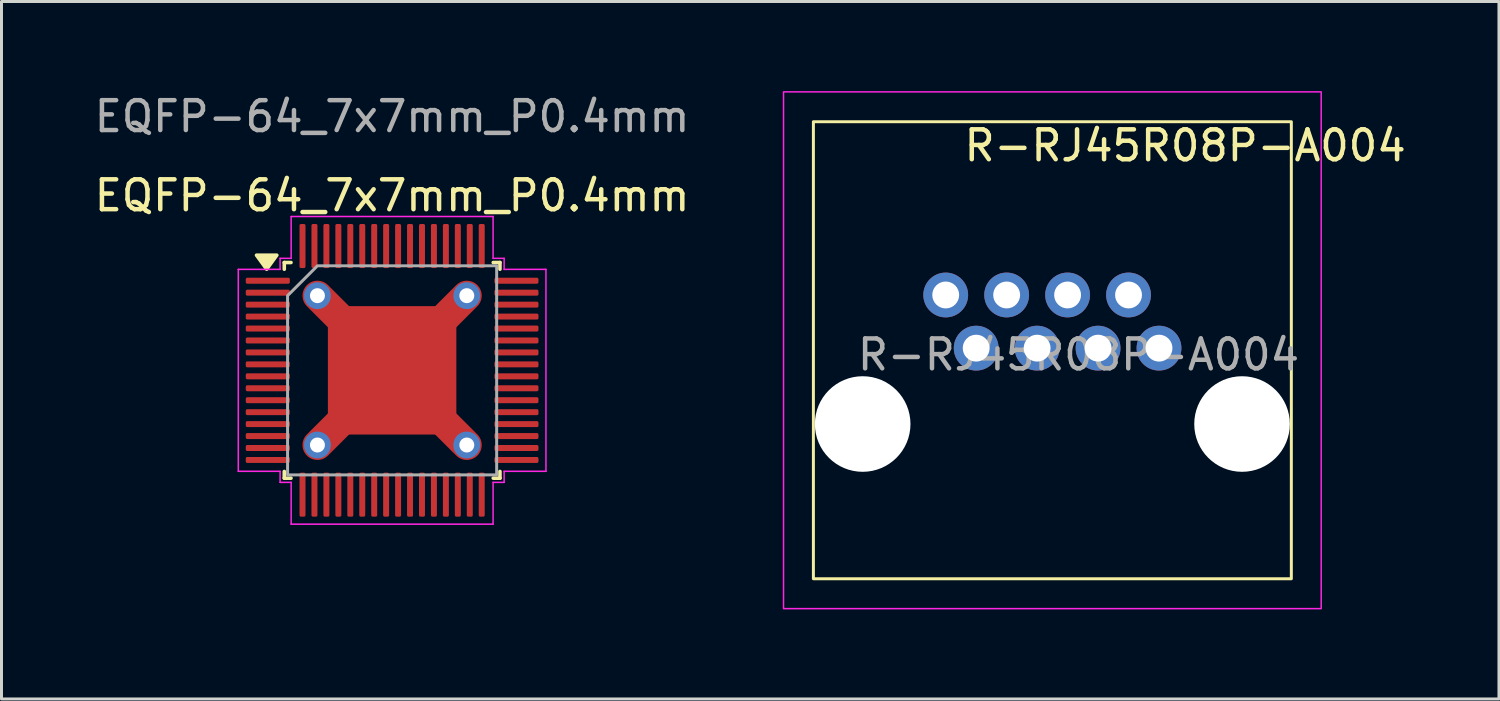
<source format=kicad_pcb>
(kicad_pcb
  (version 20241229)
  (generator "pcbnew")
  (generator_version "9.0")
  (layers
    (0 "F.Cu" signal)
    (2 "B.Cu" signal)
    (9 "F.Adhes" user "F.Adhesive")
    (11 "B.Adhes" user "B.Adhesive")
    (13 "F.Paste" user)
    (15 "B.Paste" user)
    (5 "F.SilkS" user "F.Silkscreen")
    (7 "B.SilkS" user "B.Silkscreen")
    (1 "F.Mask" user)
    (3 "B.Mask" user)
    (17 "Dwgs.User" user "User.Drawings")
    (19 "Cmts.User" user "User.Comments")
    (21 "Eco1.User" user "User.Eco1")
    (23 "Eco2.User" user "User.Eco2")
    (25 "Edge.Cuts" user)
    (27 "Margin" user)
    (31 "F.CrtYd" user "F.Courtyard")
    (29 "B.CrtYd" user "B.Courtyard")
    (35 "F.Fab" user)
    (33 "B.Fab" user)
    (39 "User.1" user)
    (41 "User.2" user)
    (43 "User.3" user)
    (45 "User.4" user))
  (footprint "R-RJ45R08P-A004"
    (layer "F.Cu")
    (at 32.18 6.825)
    (property "Reference" "R-RJ45R08P-A004" (at 4.445 -5 0) (layer "F.SilkS") (effects (font (size 1 1) (thickness 0.15))))
    (attr through_hole)
    (fp_rect (start -8 -5.8) (end 8 9.5) (stroke (width 0.1) (type solid)) (fill no) (layer "F.SilkS"))
    (fp_rect (start -9 -6.8) (end 9 10.5) (stroke (width 0.05) (type default)) (fill no) (layer "F.CrtYd"))
    (fp_text user "${REFERENCE}" (at 0.875 2 0) (layer "F.Fab") (effects (font (size 1 1) (thickness 0.15))))
    (pad "" np_thru_hole circle (at -6.35 4.32) (size 3.2 3.2) (drill 3.2) (layers "*.Cu" "*.Mask"))
    (pad "" np_thru_hole circle (at 6.35 4.32) (size 3.2 3.2) (drill 3.2) (layers "*.Cu" "*.Mask"))
    (pad "1" thru_hole circle (at 3.57 1.78) (size 1.5 1.5) (drill 0.9) (layers "*.Cu" "*.Mask"))
    (pad "2" thru_hole circle (at 2.55 0) (size 1.5 1.5) (drill 0.9) (layers "*.Cu" "*.Mask"))
    (pad "3" thru_hole circle (at 1.53 1.78) (size 1.5 1.5) (drill 0.9) (layers "*.Cu" "*.Mask"))
    (pad "4" thru_hole circle (at 0.51 0) (size 1.5 1.5) (drill 0.9) (layers "*.Cu" "*.Mask"))
    (pad "5" thru_hole circle (at -0.51 1.78) (size 1.5 1.5) (drill 0.9) (layers "*.Cu" "*.Mask"))
    (pad "6" thru_hole circle (at -1.53 0) (size 1.5 1.5) (drill 0.9) (layers "*.Cu" "*.Mask"))
    (pad "7" thru_hole circle (at -2.55 1.78) (size 1.5 1.5) (drill 0.9) (layers "*.Cu" "*.Mask"))
    (pad "8" thru_hole circle (at -3.57 0) (size 1.5 1.5) (drill 0.9) (layers "*.Cu" "*.Mask")))
  (footprint "EQFP-64_7x7mm_P0.4mm"
    (layer "F.Cu")
    (at 10.077 9.348)
    (property "Reference" "EQFP-64_7x7mm_P0.4mm" (at 0 -5.85 0) (layer "F.SilkS") (effects (font (size 1 1) (thickness 0.15))))
    (attr smd)
    (fp_line (start -2.5 -2.5) (end -1.7 -1.7) (stroke (width 1) (type solid)) (layer "F.Cu"))
    (fp_line (start -2.5 2.5) (end -1.7 1.7) (stroke (width 1) (type solid)) (layer "F.Cu"))
    (fp_line (start 1.7 1.7) (end 2.5 2.5) (stroke (width 1) (type solid)) (layer "F.Cu"))
    (fp_line (start 2.5 -2.5) (end 1.7 -1.7) (stroke (width 1) (type solid)) (layer "F.Cu"))
    (fp_line (start -3.61 -3.61) (end -3.61 -3.385) (stroke (width 0.12) (type solid)) (layer "F.SilkS"))
    (fp_line (start -3.61 3.61) (end -3.61 3.385) (stroke (width 0.12) (type solid)) (layer "F.SilkS"))
    (fp_line (start -3.385 -3.61) (end -3.61 -3.61) (stroke (width 0.12) (type solid)) (layer "F.SilkS"))
    (fp_line (start -3.385 3.61) (end -3.61 3.61) (stroke (width 0.12) (type solid)) (layer "F.SilkS"))
    (fp_line (start 3.385 -3.61) (end 3.61 -3.61) (stroke (width 0.12) (type solid)) (layer "F.SilkS"))
    (fp_line (start 3.385 3.61) (end 3.61 3.61) (stroke (width 0.12) (type solid)) (layer "F.SilkS"))
    (fp_line (start 3.61 -3.61) (end 3.61 -3.385) (stroke (width 0.12) (type solid)) (layer "F.SilkS"))
    (fp_line (start 3.61 3.61) (end 3.61 3.385) (stroke (width 0.12) (type solid)) (layer "F.SilkS"))
    (fp_poly (pts (xy -4.2 -3.385) (xy -4.54 -3.855) (xy -3.86 -3.855)) (stroke (width 0.12) (type solid)) (fill yes) (layer "F.SilkS"))
    (fp_line (start -5.15 -3.38) (end -3.75 -3.38) (stroke (width 0.05) (type solid)) (layer "F.CrtYd"))
    (fp_line (start -5.15 3.38) (end -5.15 -3.38) (stroke (width 0.05) (type solid)) (layer "F.CrtYd"))
    (fp_line (start -3.75 -3.75) (end -3.38 -3.75) (stroke (width 0.05) (type solid)) (layer "F.CrtYd"))
    (fp_line (start -3.75 -3.38) (end -3.75 -3.75) (stroke (width 0.05) (type solid)) (layer "F.CrtYd"))
    (fp_line (start -3.75 3.38) (end -5.15 3.38) (stroke (width 0.05) (type solid)) (layer "F.CrtYd"))
    (fp_line (start -3.75 3.75) (end -3.75 3.38) (stroke (width 0.05) (type solid)) (layer "F.CrtYd"))
    (fp_line (start -3.38 -5.15) (end 3.38 -5.15) (stroke (width 0.05) (type solid)) (layer "F.CrtYd"))
    (fp_line (start -3.38 -3.75) (end -3.38 -5.15) (stroke (width 0.05) (type solid)) (layer "F.CrtYd"))
    (fp_line (start -3.38 3.75) (end -3.75 3.75) (stroke (width 0.05) (type solid)) (layer "F.CrtYd"))
    (fp_line (start -3.38 5.15) (end -3.38 3.75) (stroke (width 0.05) (type solid)) (layer "F.CrtYd"))
    (fp_line (start 3.38 -5.15) (end 3.38 -3.75) (stroke (width 0.05) (type solid)) (layer "F.CrtYd"))
    (fp_line (start 3.38 -3.75) (end 3.75 -3.75) (stroke (width 0.05) (type solid)) (layer "F.CrtYd"))
    (fp_line (start 3.38 3.75) (end 3.38 5.15) (stroke (width 0.05) (type solid)) (layer "F.CrtYd"))
    (fp_line (start 3.38 5.15) (end -3.38 5.15) (stroke (width 0.05) (type solid)) (layer "F.CrtYd"))
    (fp_line (start 3.75 -3.75) (end 3.75 -3.38) (stroke (width 0.05) (type solid)) (layer "F.CrtYd"))
    (fp_line (start 3.75 -3.38) (end 5.15 -3.38) (stroke (width 0.05) (type solid)) (layer "F.CrtYd"))
    (fp_line (start 3.75 3.38) (end 3.75 3.75) (stroke (width 0.05) (type solid)) (layer "F.CrtYd"))
    (fp_line (start 3.75 3.75) (end 3.38 3.75) (stroke (width 0.05) (type solid)) (layer "F.CrtYd"))
    (fp_line (start 5.15 -3.38) (end 5.15 3.38) (stroke (width 0.05) (type solid)) (layer "F.CrtYd"))
    (fp_line (start 5.15 3.38) (end 3.75 3.38) (stroke (width 0.05) (type solid)) (layer "F.CrtYd"))
    (fp_poly (pts (xy -3.5 -2.5) (xy -3.5 3.5) (xy 3.5 3.5) (xy 3.5 -3.5) (xy -2.5 -3.5)) (stroke (width 0.1) (type solid)) (fill no) (layer "F.Fab"))
    (fp_text user "${REFERENCE}" (at 0 -8.5 0) (layer "F.Fab") (effects (font (size 1 1) (thickness 0.15))))
    (pad "" smd roundrect (at -1.1 -1.1) (size 1.7 1.7) (layers "F.Paste") (roundrect_rratio 0.15))
    (pad "" smd roundrect (at -1.1 1.1) (size 1.7 1.7) (layers "F.Paste") (roundrect_rratio 0.15))
    (pad "" smd roundrect (at 1.1 -1.1) (size 1.7 1.7) (layers "F.Paste") (roundrect_rratio 0.15))
    (pad "" smd roundrect (at 1.1 1.1) (size 1.7 1.7) (layers "F.Paste") (roundrect_rratio 0.15))
    (pad "1" smd roundrect (at -4.162 -3) (size 1.475 0.2) (layers "F.Cu" "F.Mask" "F.Paste") (roundrect_rratio 0.25))
    (pad "2" smd roundrect (at -4.162 -2.6) (size 1.475 0.2) (layers "F.Cu" "F.Mask" "F.Paste") (roundrect_rratio 0.25))
    (pad "3" smd roundrect (at -4.162 -2.2) (size 1.475 0.2) (layers "F.Cu" "F.Mask" "F.Paste") (roundrect_rratio 0.25))
    (pad "4" smd roundrect (at -4.162 -1.8) (size 1.475 0.2) (layers "F.Cu" "F.Mask" "F.Paste") (roundrect_rratio 0.25))
    (pad "5" smd roundrect (at -4.162 -1.4) (size 1.475 0.2) (layers "F.Cu" "F.Mask" "F.Paste") (roundrect_rratio 0.25))
    (pad "6" smd roundrect (at -4.162 -1) (size 1.475 0.2) (layers "F.Cu" "F.Mask" "F.Paste") (roundrect_rratio 0.25))
    (pad "7" smd roundrect (at -4.162 -0.6) (size 1.475 0.2) (layers "F.Cu" "F.Mask" "F.Paste") (roundrect_rratio 0.25))
    (pad "8" smd roundrect (at -4.162 -0.2) (size 1.475 0.2) (layers "F.Cu" "F.Mask" "F.Paste") (roundrect_rratio 0.25))
    (pad "9" smd roundrect (at -4.162 0.2) (size 1.475 0.2) (layers "F.Cu" "F.Mask" "F.Paste") (roundrect_rratio 0.25))
    (pad "10" smd roundrect (at -4.162 0.6) (size 1.475 0.2) (layers "F.Cu" "F.Mask" "F.Paste") (roundrect_rratio 0.25))
    (pad "11" smd roundrect (at -4.162 1) (size 1.475 0.2) (layers "F.Cu" "F.Mask" "F.Paste") (roundrect_rratio 0.25))
    (pad "12" smd roundrect (at -4.162 1.4) (size 1.475 0.2) (layers "F.Cu" "F.Mask" "F.Paste") (roundrect_rratio 0.25))
    (pad "13" smd roundrect (at -4.162 1.8) (size 1.475 0.2) (layers "F.Cu" "F.Mask" "F.Paste") (roundrect_rratio 0.25))
    (pad "14" smd roundrect (at -4.162 2.2) (size 1.475 0.2) (layers "F.Cu" "F.Mask" "F.Paste") (roundrect_rratio 0.25))
    (pad "15" smd roundrect (at -4.162 2.6) (size 1.475 0.2) (layers "F.Cu" "F.Mask" "F.Paste") (roundrect_rratio 0.25))
    (pad "16" smd roundrect (at -4.162 3) (size 1.475 0.2) (layers "F.Cu" "F.Mask" "F.Paste") (roundrect_rratio 0.25))
    (pad "17" smd roundrect (at -3 4.162) (size 0.2 1.475) (layers "F.Cu" "F.Mask" "F.Paste") (roundrect_rratio 0.25))
    (pad "18" smd roundrect (at -2.6 4.162) (size 0.2 1.475) (layers "F.Cu" "F.Mask" "F.Paste") (roundrect_rratio 0.25))
    (pad "19" smd roundrect (at -2.2 4.162) (size 0.2 1.475) (layers "F.Cu" "F.Mask" "F.Paste") (roundrect_rratio 0.25))
    (pad "20" smd roundrect (at -1.8 4.162) (size 0.2 1.475) (layers "F.Cu" "F.Mask" "F.Paste") (roundrect_rratio 0.25))
    (pad "21" smd roundrect (at -1.4 4.162) (size 0.2 1.475) (layers "F.Cu" "F.Mask" "F.Paste") (roundrect_rratio 0.25))
    (pad "22" smd roundrect (at -1 4.162) (size 0.2 1.475) (layers "F.Cu" "F.Mask" "F.Paste") (roundrect_rratio 0.25))
    (pad "23" smd roundrect (at -0.6 4.162) (size 0.2 1.475) (layers "F.Cu" "F.Mask" "F.Paste") (roundrect_rratio 0.25))
    (pad "24" smd roundrect (at -0.2 4.162) (size 0.2 1.475) (layers "F.Cu" "F.Mask" "F.Paste") (roundrect_rratio 0.25))
    (pad "25" smd roundrect (at 0.2 4.162) (size 0.2 1.475) (layers "F.Cu" "F.Mask" "F.Paste") (roundrect_rratio 0.25))
    (pad "26" smd roundrect (at 0.6 4.162) (size 0.2 1.475) (layers "F.Cu" "F.Mask" "F.Paste") (roundrect_rratio 0.25))
    (pad "27" smd roundrect (at 1 4.162) (size 0.2 1.475) (layers "F.Cu" "F.Mask" "F.Paste") (roundrect_rratio 0.25))
    (pad "28" smd roundrect (at 1.4 4.162) (size 0.2 1.475) (layers "F.Cu" "F.Mask" "F.Paste") (roundrect_rratio 0.25))
    (pad "29" smd roundrect (at 1.8 4.162) (size 0.2 1.475) (layers "F.Cu" "F.Mask" "F.Paste") (roundrect_rratio 0.25))
    (pad "30" smd roundrect (at 2.2 4.162) (size 0.2 1.475) (layers "F.Cu" "F.Mask" "F.Paste") (roundrect_rratio 0.25))
    (pad "31" smd roundrect (at 2.6 4.162) (size 0.2 1.475) (layers "F.Cu" "F.Mask" "F.Paste") (roundrect_rratio 0.25))
    (pad "32" smd roundrect (at 3 4.162) (size 0.2 1.475) (layers "F.Cu" "F.Mask" "F.Paste") (roundrect_rratio 0.25))
    (pad "33" smd roundrect (at 4.162 3) (size 1.475 0.2) (layers "F.Cu" "F.Mask" "F.Paste") (roundrect_rratio 0.25))
    (pad "34" smd roundrect (at 4.162 2.6) (size 1.475 0.2) (layers "F.Cu" "F.Mask" "F.Paste") (roundrect_rratio 0.25))
    (pad "35" smd roundrect (at 4.162 2.2) (size 1.475 0.2) (layers "F.Cu" "F.Mask" "F.Paste") (roundrect_rratio 0.25))
    (pad "36" smd roundrect (at 4.162 1.8) (size 1.475 0.2) (layers "F.Cu" "F.Mask" "F.Paste") (roundrect_rratio 0.25))
    (pad "37" smd roundrect (at 4.162 1.4) (size 1.475 0.2) (layers "F.Cu" "F.Mask" "F.Paste") (roundrect_rratio 0.25))
    (pad "38" smd roundrect (at 4.162 1) (size 1.475 0.2) (layers "F.Cu" "F.Mask" "F.Paste") (roundrect_rratio 0.25))
    (pad "39" smd roundrect (at 4.162 0.6) (size 1.475 0.2) (layers "F.Cu" "F.Mask" "F.Paste") (roundrect_rratio 0.25))
    (pad "40" smd roundrect (at 4.162 0.2) (size 1.475 0.2) (layers "F.Cu" "F.Mask" "F.Paste") (roundrect_rratio 0.25))
    (pad "41" smd roundrect (at 4.162 -0.2) (size 1.475 0.2) (layers "F.Cu" "F.Mask" "F.Paste") (roundrect_rratio 0.25))
    (pad "42" smd roundrect (at 4.162 -0.6) (size 1.475 0.2) (layers "F.Cu" "F.Mask" "F.Paste") (roundrect_rratio 0.25))
    (pad "43" smd roundrect (at 4.162 -1) (size 1.475 0.2) (layers "F.Cu" "F.Mask" "F.Paste") (roundrect_rratio 0.25))
    (pad "44" smd roundrect (at 4.162 -1.4) (size 1.475 0.2) (layers "F.Cu" "F.Mask" "F.Paste") (roundrect_rratio 0.25))
    (pad "45" smd roundrect (at 4.162 -1.8) (size 1.475 0.2) (layers "F.Cu" "F.Mask" "F.Paste") (roundrect_rratio 0.25))
    (pad "46" smd roundrect (at 4.162 -2.2) (size 1.475 0.2) (layers "F.Cu" "F.Mask" "F.Paste") (roundrect_rratio 0.25))
    (pad "47" smd roundrect (at 4.162 -2.6) (size 1.475 0.2) (layers "F.Cu" "F.Mask" "F.Paste") (roundrect_rratio 0.25))
    (pad "48" smd roundrect (at 4.162 -3) (size 1.475 0.2) (layers "F.Cu" "F.Mask" "F.Paste") (roundrect_rratio 0.25))
    (pad "49" smd roundrect (at 3 -4.162) (size 0.2 1.475) (layers "F.Cu" "F.Mask" "F.Paste") (roundrect_rratio 0.25))
    (pad "50" smd roundrect (at 2.6 -4.162) (size 0.2 1.475) (layers "F.Cu" "F.Mask" "F.Paste") (roundrect_rratio 0.25))
    (pad "51" smd roundrect (at 2.2 -4.162) (size 0.2 1.475) (layers "F.Cu" "F.Mask" "F.Paste") (roundrect_rratio 0.25))
    (pad "52" smd roundrect (at 1.8 -4.162) (size 0.2 1.475) (layers "F.Cu" "F.Mask" "F.Paste") (roundrect_rratio 0.25))
    (pad "53" smd roundrect (at 1.4 -4.162) (size 0.2 1.475) (layers "F.Cu" "F.Mask" "F.Paste") (roundrect_rratio 0.25))
    (pad "54" smd roundrect (at 1 -4.162) (size 0.2 1.475) (layers "F.Cu" "F.Mask" "F.Paste") (roundrect_rratio 0.25))
    (pad "55" smd roundrect (at 0.6 -4.162) (size 0.2 1.475) (layers "F.Cu" "F.Mask" "F.Paste") (roundrect_rratio 0.25))
    (pad "56" smd roundrect (at 0.2 -4.162) (size 0.2 1.475) (layers "F.Cu" "F.Mask" "F.Paste") (roundrect_rratio 0.25))
    (pad "57" smd roundrect (at -0.2 -4.162) (size 0.2 1.475) (layers "F.Cu" "F.Mask" "F.Paste") (roundrect_rratio 0.25))
    (pad "58" smd roundrect (at -0.6 -4.162) (size 0.2 1.475) (layers "F.Cu" "F.Mask" "F.Paste") (roundrect_rratio 0.25))
    (pad "59" smd roundrect (at -1 -4.162) (size 0.2 1.475) (layers "F.Cu" "F.Mask" "F.Paste") (roundrect_rratio 0.25))
    (pad "60" smd roundrect (at -1.4 -4.162) (size 0.2 1.475) (layers "F.Cu" "F.Mask" "F.Paste") (roundrect_rratio 0.25))
    (pad "61" smd roundrect (at -1.8 -4.162) (size 0.2 1.475) (layers "F.Cu" "F.Mask" "F.Paste") (roundrect_rratio 0.25))
    (pad "62" smd roundrect (at -2.2 -4.162) (size 0.2 1.475) (layers "F.Cu" "F.Mask" "F.Paste") (roundrect_rratio 0.25))
    (pad "63" smd roundrect (at -2.6 -4.162) (size 0.2 1.475) (layers "F.Cu" "F.Mask" "F.Paste") (roundrect_rratio 0.25))
    (pad "64" smd roundrect (at -3 -4.162) (size 0.2 1.475) (layers "F.Cu" "F.Mask" "F.Paste") (roundrect_rratio 0.25))
    (pad "65" thru_hole circle (at -2.5 -2.5) (size 0.9 0.9) (drill 0.5) (layers "*.Cu" "B.Mask"))
    (pad "65" thru_hole circle (at -2.5 2.5) (size 0.9 0.9) (drill 0.5) (layers "*.Cu" "B.Mask"))
    (pad "65" smd roundrect (at 0 0) (size 4.3 4.3) (layers "F.Cu" "F.Mask") (roundrect_rratio 0.05))
    (pad "65" thru_hole circle (at 2.5 -2.5) (size 0.9 0.9) (drill 0.5) (layers "*.Cu" "B.Mask"))
    (pad "65" thru_hole circle (at 2.5 2.5) (size 0.9 0.9) (drill 0.5) (layers "*.Cu" "B.Mask")))
  (gr_rect
    (start -3 -3)
    (end 47.131 20.35)
    (stroke (width 0.1) (type default))
    (fill no)
    (layer "Edge.Cuts")))
</source>
